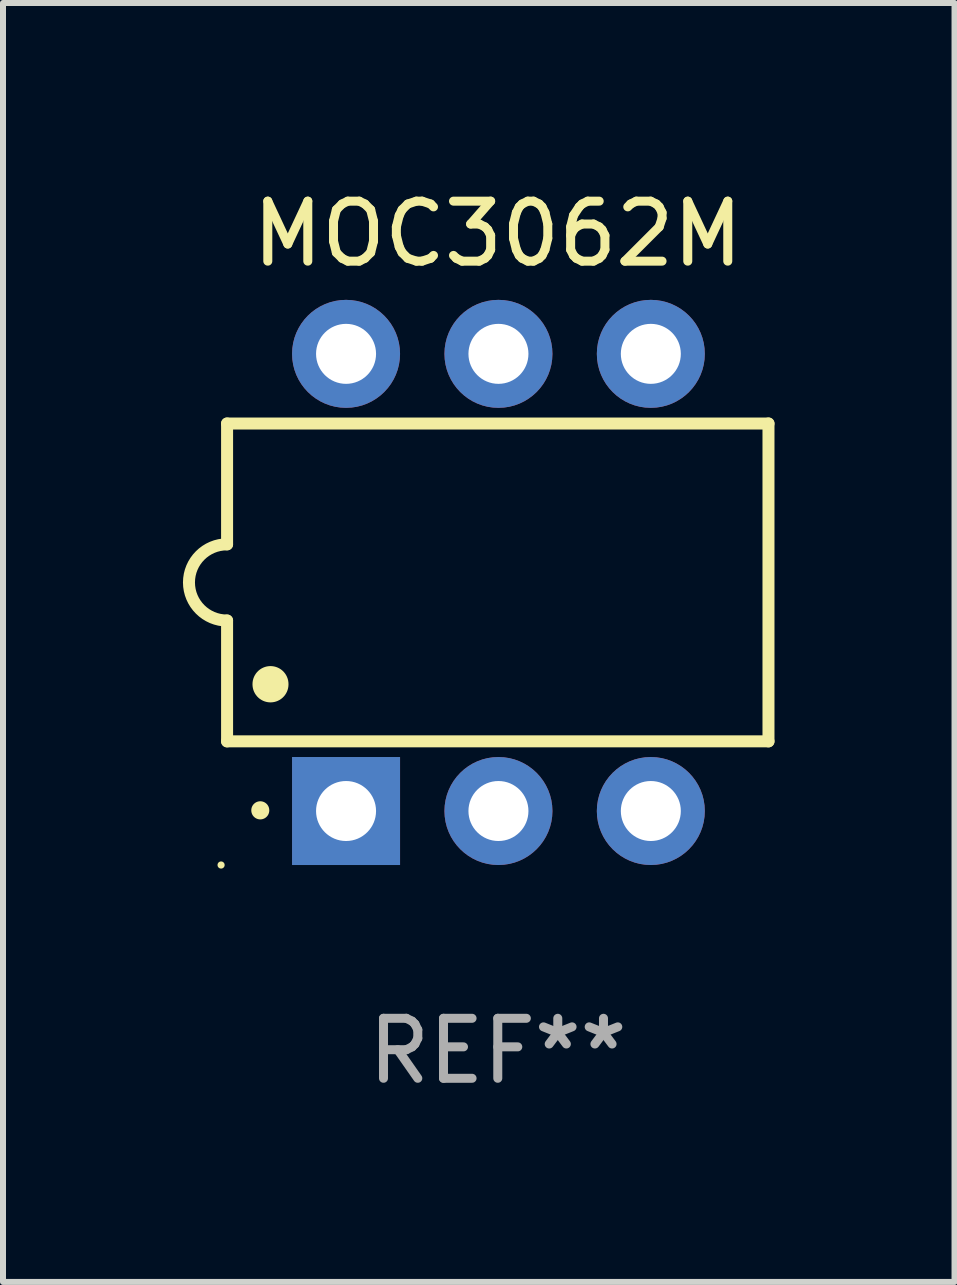
<source format=kicad_pcb>
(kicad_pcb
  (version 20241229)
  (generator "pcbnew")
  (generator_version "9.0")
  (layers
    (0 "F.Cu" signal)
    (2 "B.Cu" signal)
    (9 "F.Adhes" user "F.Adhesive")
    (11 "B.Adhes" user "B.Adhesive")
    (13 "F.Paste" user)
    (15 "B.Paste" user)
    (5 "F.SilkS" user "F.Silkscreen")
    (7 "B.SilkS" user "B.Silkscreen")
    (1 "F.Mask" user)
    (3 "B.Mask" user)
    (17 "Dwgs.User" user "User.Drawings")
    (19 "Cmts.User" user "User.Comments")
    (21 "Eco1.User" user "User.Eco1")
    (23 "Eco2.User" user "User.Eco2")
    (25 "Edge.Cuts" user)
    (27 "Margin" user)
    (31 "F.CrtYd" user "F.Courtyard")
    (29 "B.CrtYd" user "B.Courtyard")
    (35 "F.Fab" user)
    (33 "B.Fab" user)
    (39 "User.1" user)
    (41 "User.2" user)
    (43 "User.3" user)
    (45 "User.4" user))
  (footprint "MOC3062M"
    (layer "F.Cu")
    (at 5.247 6.658)
    (property "Reference" "MOC3062M" (at 0 -5.81 0) (layer "F.SilkS") (effects (font (size 1 1) (thickness 0.15))))
    (attr through_hole)
    (fp_line (start -4.512 -2.649) (end 4.512 -2.649) (stroke (width 0.2) (type solid)) (layer "F.SilkS"))
    (fp_line (start -4.512 -0.635) (end -4.512 -2.649) (stroke (width 0.2) (type solid)) (layer "F.SilkS"))
    (fp_line (start -4.512 2.649) (end -4.512 0.635) (stroke (width 0.2) (type solid)) (layer "F.SilkS"))
    (fp_line (start 4.512 -2.649) (end 4.512 2.649) (stroke (width 0.2) (type solid)) (layer "F.SilkS"))
    (fp_line (start 4.512 2.649) (end -4.512 2.649) (stroke (width 0.2) (type solid)) (layer "F.SilkS"))
    (fp_arc (start -4.512319 0.635001) (mid -5.14732 0) (end -4.512319 -0.635001) (stroke (width 0.2) (type solid)) (layer "F.SilkS"))
    (fp_arc (start -3.958598 3.799848) (mid -3.958603 3.798578) (end -3.958598 3.797308) (stroke (width 0.3) (type solid)) (layer "F.SilkS"))
    (fp_arc (start -3.788418 1.699263) (mid -3.788429 1.696723) (end -3.788418 1.694183) (stroke (width 0.6) (type solid)) (layer "F.SilkS"))
    (fp_circle (center -4.612 4.71) (end -4.582 4.71) (stroke (width 0.06) (type solid)) (fill no) (layer "F.SilkS"))
    (fp_text user "REF**" (at 0 7.81 0) (layer "F.Fab") (effects (font (size 1 1) (thickness 0.15))))
    (pad "1" thru_hole rect (at -2.529 3.81 90) (size 1.8 1.8) (drill 1) (layers "*.Cu" "*.Mask"))
    (pad "2" thru_hole circle (at 0.011 3.81) (size 1.8 1.8) (drill 1) (layers "*.Cu" "*.Mask"))
    (pad "3" thru_hole circle (at 2.551 3.81) (size 1.8 1.8) (drill 1) (layers "*.Cu" "*.Mask"))
    (pad "4" thru_hole circle (at 2.551 -3.81) (size 1.8 1.8) (drill 1) (layers "*.Cu" "*.Mask"))
    (pad "5" thru_hole circle (at 0.011 -3.81) (size 1.8 1.8) (drill 1) (layers "*.Cu" "*.Mask"))
    (pad "6" thru_hole circle (at -2.529 -3.81) (size 1.8 1.8) (drill 1) (layers "*.Cu" "*.Mask")))
  (gr_rect
    (start -3 -3)
    (end 12.86 18.317)
    (stroke (width 0.1) (type default))
    (fill no)
    (layer "Edge.Cuts")))
</source>
